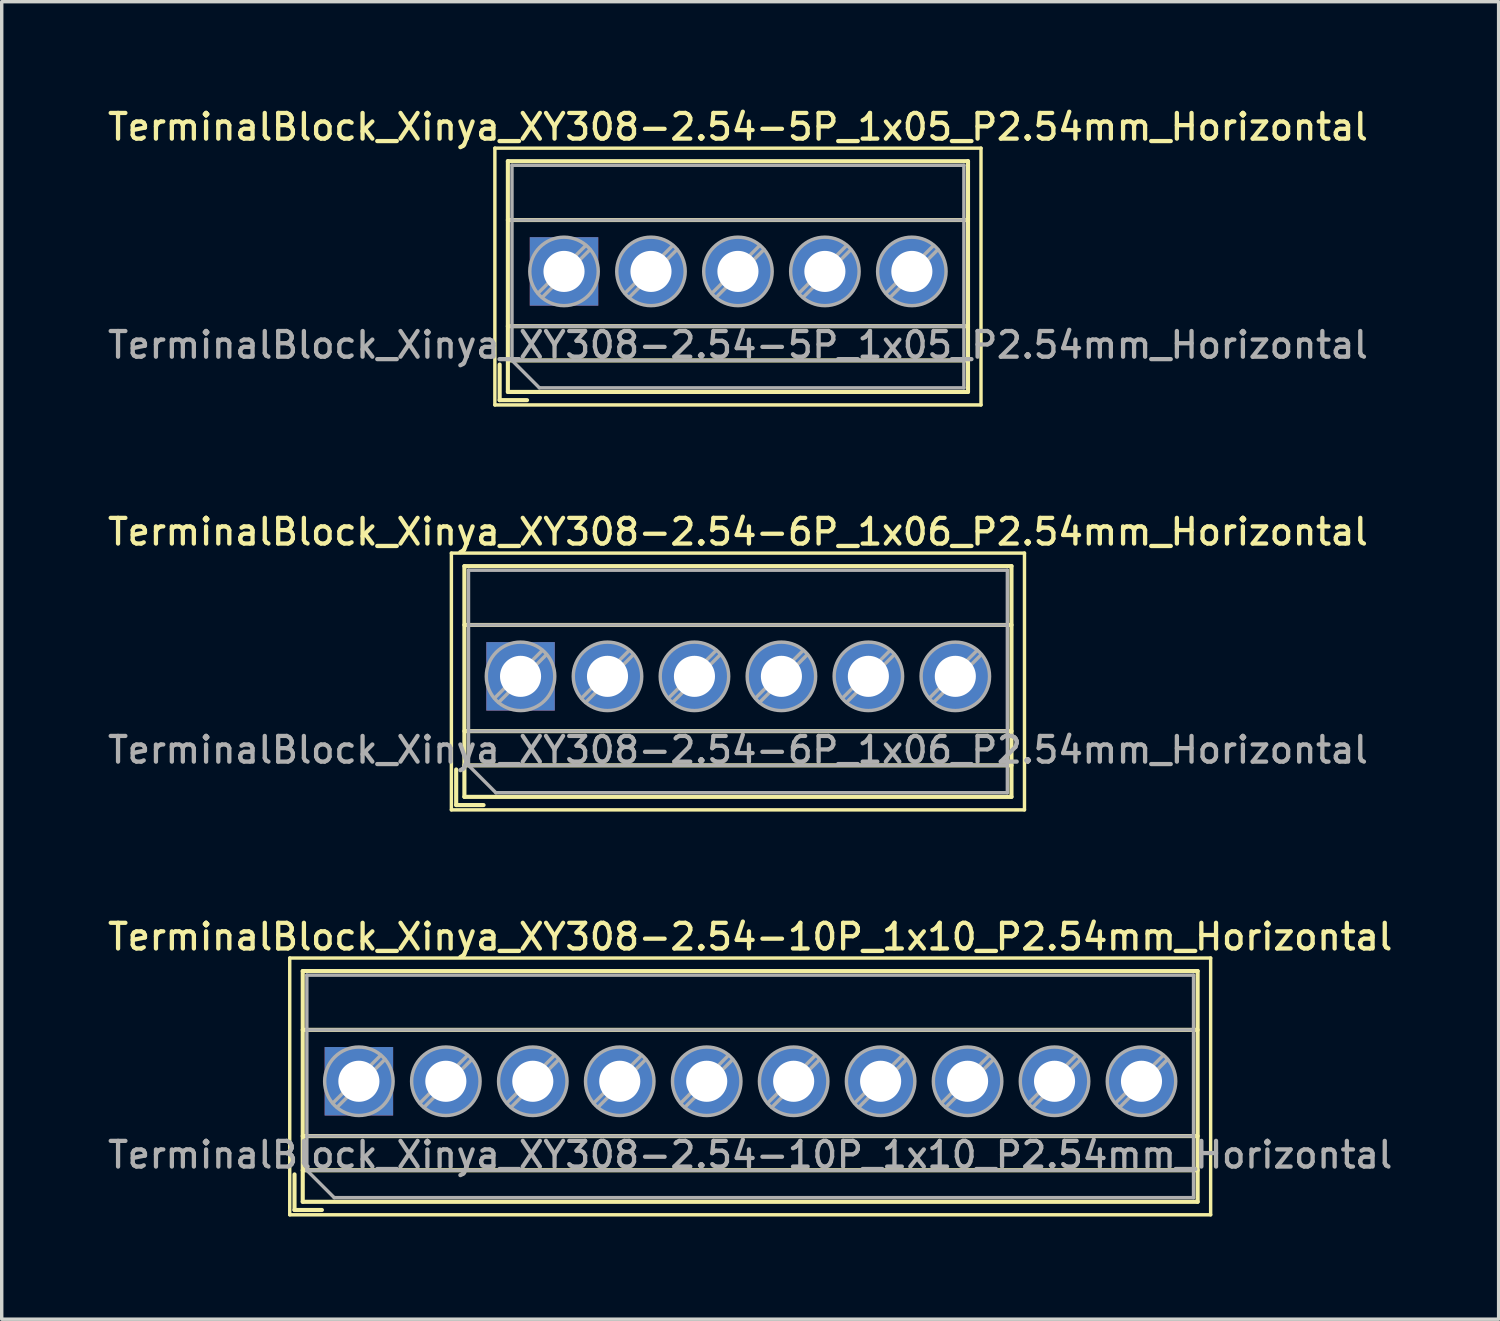
<source format=kicad_pcb>
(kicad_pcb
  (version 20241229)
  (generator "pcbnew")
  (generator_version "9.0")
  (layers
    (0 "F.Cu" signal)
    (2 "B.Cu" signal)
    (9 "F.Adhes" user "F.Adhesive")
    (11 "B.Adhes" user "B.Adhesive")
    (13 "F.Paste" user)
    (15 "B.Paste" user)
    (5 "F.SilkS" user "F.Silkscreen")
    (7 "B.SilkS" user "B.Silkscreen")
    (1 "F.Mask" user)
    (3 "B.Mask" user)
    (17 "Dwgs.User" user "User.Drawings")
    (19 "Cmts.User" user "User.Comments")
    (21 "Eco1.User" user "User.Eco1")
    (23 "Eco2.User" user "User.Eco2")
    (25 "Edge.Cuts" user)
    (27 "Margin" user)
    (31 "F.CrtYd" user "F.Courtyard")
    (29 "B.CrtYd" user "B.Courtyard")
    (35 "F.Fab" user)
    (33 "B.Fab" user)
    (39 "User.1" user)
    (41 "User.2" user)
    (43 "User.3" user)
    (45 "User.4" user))
  (footprint "TerminalBlock_Xinya_XY308-2.54-6P_1x06_P2.54mm_Horizontal"
    (layer "F.Cu")
    (at 12.155 16.706)
    (property "Reference" "TerminalBlock_Xinya_XY308-2.54-6P_1x06_P2.54mm_Horizontal" (at 6.35 -4.22 0) (layer "F.SilkS") (effects (font (size 0.75 0.75) (thickness 0.125))))
    (attr through_hole)
    (fp_line (start -2.02 -3.6) (end -2.02 3.9) (stroke (width 0.1) (type solid)) (layer "F.SilkS"))
    (fp_line (start -2.02 3.9) (end 14.72 3.9) (stroke (width 0.1) (type solid)) (layer "F.SilkS"))
    (fp_line (start -1.88 2.72) (end -1.88 3.76) (stroke (width 0.12) (type solid)) (layer "F.SilkS"))
    (fp_line (start -1.88 3.76) (end -1.08 3.76) (stroke (width 0.12) (type solid)) (layer "F.SilkS"))
    (fp_line (start -1.64 -3.22) (end -1.64 3.52) (stroke (width 0.12) (type solid)) (layer "F.SilkS"))
    (fp_line (start -1.64 -3.22) (end 14.34 -3.22) (stroke (width 0.12) (type solid)) (layer "F.SilkS"))
    (fp_line (start -1.64 -1.501) (end 14.34 -1.501) (stroke (width 0.12) (type solid)) (layer "F.SilkS"))
    (fp_line (start -1.64 1.6) (end 14.34 1.6) (stroke (width 0.12) (type solid)) (layer "F.SilkS"))
    (fp_line (start -1.64 2.6) (end 14.34 2.6) (stroke (width 0.12) (type solid)) (layer "F.SilkS"))
    (fp_line (start -1.64 3.52) (end 14.34 3.52) (stroke (width 0.12) (type solid)) (layer "F.SilkS"))
    (fp_line (start 14.34 -3.22) (end 14.34 3.52) (stroke (width 0.12) (type solid)) (layer "F.SilkS"))
    (fp_line (start 14.72 -3.6) (end -2.02 -3.6) (stroke (width 0.1) (type solid)) (layer "F.SilkS"))
    (fp_line (start 14.72 3.9) (end 14.72 -3.6) (stroke (width 0.1) (type solid)) (layer "F.SilkS"))
    (fp_line (start -1.52 -3.1) (end 14.22 -3.1) (stroke (width 0.1) (type solid)) (layer "F.Fab"))
    (fp_line (start -1.52 -1.5) (end 14.22 -1.5) (stroke (width 0.1) (type solid)) (layer "F.Fab"))
    (fp_line (start -1.52 1.6) (end 14.22 1.6) (stroke (width 0.1) (type solid)) (layer "F.Fab"))
    (fp_line (start -1.52 2.6) (end -1.52 -3.1) (stroke (width 0.1) (type solid)) (layer "F.Fab"))
    (fp_line (start -1.52 2.6) (end 14.22 2.6) (stroke (width 0.1) (type solid)) (layer "F.Fab"))
    (fp_line (start -0.72 3.4) (end -1.52 2.6) (stroke (width 0.1) (type solid)) (layer "F.Fab"))
    (fp_line (start 0.637 -0.759) (end -0.759 0.637) (stroke (width 0.1) (type solid)) (layer "F.Fab"))
    (fp_line (start 0.759 -0.637) (end -0.637 0.759) (stroke (width 0.1) (type solid)) (layer "F.Fab"))
    (fp_line (start 3.177 -0.759) (end 1.782 0.637) (stroke (width 0.1) (type solid)) (layer "F.Fab"))
    (fp_line (start 3.299 -0.637) (end 1.904 0.759) (stroke (width 0.1) (type solid)) (layer "F.Fab"))
    (fp_line (start 5.717 -0.759) (end 4.322 0.637) (stroke (width 0.1) (type solid)) (layer "F.Fab"))
    (fp_line (start 5.839 -0.637) (end 4.444 0.759) (stroke (width 0.1) (type solid)) (layer "F.Fab"))
    (fp_line (start 8.257 -0.759) (end 6.862 0.637) (stroke (width 0.1) (type solid)) (layer "F.Fab"))
    (fp_line (start 8.379 -0.637) (end 6.984 0.759) (stroke (width 0.1) (type solid)) (layer "F.Fab"))
    (fp_line (start 10.797 -0.759) (end 9.402 0.637) (stroke (width 0.1) (type solid)) (layer "F.Fab"))
    (fp_line (start 10.919 -0.637) (end 9.524 0.759) (stroke (width 0.1) (type solid)) (layer "F.Fab"))
    (fp_line (start 13.337 -0.759) (end 11.942 0.637) (stroke (width 0.1) (type solid)) (layer "F.Fab"))
    (fp_line (start 13.459 -0.637) (end 12.064 0.759) (stroke (width 0.1) (type solid)) (layer "F.Fab"))
    (fp_line (start 14.22 -3.1) (end 14.22 3.4) (stroke (width 0.1) (type solid)) (layer "F.Fab"))
    (fp_line (start 14.22 3.4) (end -0.72 3.4) (stroke (width 0.1) (type solid)) (layer "F.Fab"))
    (fp_circle (center 0 0) (end 1 0) (stroke (width 0.1) (type solid)) (fill no) (layer "F.Fab"))
    (fp_circle (center 2.54 0) (end 3.54 0) (stroke (width 0.1) (type solid)) (fill no) (layer "F.Fab"))
    (fp_circle (center 5.08 0) (end 6.08 0) (stroke (width 0.1) (type solid)) (fill no) (layer "F.Fab"))
    (fp_circle (center 7.62 0) (end 8.62 0) (stroke (width 0.1) (type solid)) (fill no) (layer "F.Fab"))
    (fp_circle (center 10.16 0) (end 11.16 0) (stroke (width 0.1) (type solid)) (fill no) (layer "F.Fab"))
    (fp_circle (center 12.7 0) (end 13.7 0) (stroke (width 0.1) (type solid)) (fill no) (layer "F.Fab"))
    (fp_text user "${REFERENCE}" (at 6.35 2.15 0) (layer "F.Fab") (effects (font (size 0.75 0.75) (thickness 0.125))))
    (pad "1" thru_hole rect (at 0 0) (size 2 2) (drill 1.2) (layers "*.Cu" "*.Mask"))
    (pad "2" thru_hole circle (at 2.54 0) (size 2 2) (drill 1.2) (layers "*.Cu" "*.Mask"))
    (pad "3" thru_hole circle (at 5.08 0) (size 2 2) (drill 1.2) (layers "*.Cu" "*.Mask"))
    (pad "4" thru_hole circle (at 7.62 0) (size 2 2) (drill 1.2) (layers "*.Cu" "*.Mask"))
    (pad "5" thru_hole circle (at 10.16 0) (size 2 2) (drill 1.2) (layers "*.Cu" "*.Mask"))
    (pad "6" thru_hole circle (at 12.7 0) (size 2 2) (drill 1.2) (layers "*.Cu" "*.Mask")))
  (footprint "TerminalBlock_Xinya_XY308-2.54-10P_1x10_P2.54mm_Horizontal"
    (layer "F.Cu")
    (at 7.433 28.534)
    (property "Reference" "TerminalBlock_Xinya_XY308-2.54-10P_1x10_P2.54mm_Horizontal" (at 11.43 -4.22 0) (layer "F.SilkS") (effects (font (size 0.75 0.75) (thickness 0.125))))
    (attr through_hole)
    (fp_line (start -2.02 -3.6) (end -2.02 3.9) (stroke (width 0.1) (type solid)) (layer "F.SilkS"))
    (fp_line (start -2.02 3.9) (end 24.88 3.9) (stroke (width 0.1) (type solid)) (layer "F.SilkS"))
    (fp_line (start -1.88 2.72) (end -1.88 3.76) (stroke (width 0.12) (type solid)) (layer "F.SilkS"))
    (fp_line (start -1.88 3.76) (end -1.08 3.76) (stroke (width 0.12) (type solid)) (layer "F.SilkS"))
    (fp_line (start -1.64 -3.22) (end -1.64 3.52) (stroke (width 0.12) (type solid)) (layer "F.SilkS"))
    (fp_line (start -1.64 -3.22) (end 24.5 -3.22) (stroke (width 0.12) (type solid)) (layer "F.SilkS"))
    (fp_line (start -1.64 -1.501) (end 24.5 -1.501) (stroke (width 0.12) (type solid)) (layer "F.SilkS"))
    (fp_line (start -1.64 1.6) (end 24.5 1.6) (stroke (width 0.12) (type solid)) (layer "F.SilkS"))
    (fp_line (start -1.64 2.6) (end 24.5 2.6) (stroke (width 0.12) (type solid)) (layer "F.SilkS"))
    (fp_line (start -1.64 3.52) (end 24.5 3.52) (stroke (width 0.12) (type solid)) (layer "F.SilkS"))
    (fp_line (start 24.5 -3.22) (end 24.5 3.52) (stroke (width 0.12) (type solid)) (layer "F.SilkS"))
    (fp_line (start 24.88 -3.6) (end -2.02 -3.6) (stroke (width 0.1) (type solid)) (layer "F.SilkS"))
    (fp_line (start 24.88 3.9) (end 24.88 -3.6) (stroke (width 0.1) (type solid)) (layer "F.SilkS"))
    (fp_line (start -1.52 -3.1) (end 24.38 -3.1) (stroke (width 0.1) (type solid)) (layer "F.Fab"))
    (fp_line (start -1.52 -1.5) (end 24.38 -1.5) (stroke (width 0.1) (type solid)) (layer "F.Fab"))
    (fp_line (start -1.52 1.6) (end 24.38 1.6) (stroke (width 0.1) (type solid)) (layer "F.Fab"))
    (fp_line (start -1.52 2.6) (end -1.52 -3.1) (stroke (width 0.1) (type solid)) (layer "F.Fab"))
    (fp_line (start -1.52 2.6) (end 24.38 2.6) (stroke (width 0.1) (type solid)) (layer "F.Fab"))
    (fp_line (start -0.72 3.4) (end -1.52 2.6) (stroke (width 0.1) (type solid)) (layer "F.Fab"))
    (fp_line (start 0.637 -0.759) (end -0.759 0.637) (stroke (width 0.1) (type solid)) (layer "F.Fab"))
    (fp_line (start 0.759 -0.637) (end -0.637 0.759) (stroke (width 0.1) (type solid)) (layer "F.Fab"))
    (fp_line (start 3.177 -0.759) (end 1.782 0.637) (stroke (width 0.1) (type solid)) (layer "F.Fab"))
    (fp_line (start 3.299 -0.637) (end 1.904 0.759) (stroke (width 0.1) (type solid)) (layer "F.Fab"))
    (fp_line (start 5.717 -0.759) (end 4.322 0.637) (stroke (width 0.1) (type solid)) (layer "F.Fab"))
    (fp_line (start 5.839 -0.637) (end 4.444 0.759) (stroke (width 0.1) (type solid)) (layer "F.Fab"))
    (fp_line (start 8.257 -0.759) (end 6.862 0.637) (stroke (width 0.1) (type solid)) (layer "F.Fab"))
    (fp_line (start 8.379 -0.637) (end 6.984 0.759) (stroke (width 0.1) (type solid)) (layer "F.Fab"))
    (fp_line (start 10.797 -0.759) (end 9.402 0.637) (stroke (width 0.1) (type solid)) (layer "F.Fab"))
    (fp_line (start 10.919 -0.637) (end 9.524 0.759) (stroke (width 0.1) (type solid)) (layer "F.Fab"))
    (fp_line (start 13.337 -0.759) (end 11.942 0.637) (stroke (width 0.1) (type solid)) (layer "F.Fab"))
    (fp_line (start 13.459 -0.637) (end 12.064 0.759) (stroke (width 0.1) (type solid)) (layer "F.Fab"))
    (fp_line (start 15.877 -0.759) (end 14.482 0.637) (stroke (width 0.1) (type solid)) (layer "F.Fab"))
    (fp_line (start 15.999 -0.637) (end 14.604 0.759) (stroke (width 0.1) (type solid)) (layer "F.Fab"))
    (fp_line (start 18.417 -0.759) (end 17.022 0.637) (stroke (width 0.1) (type solid)) (layer "F.Fab"))
    (fp_line (start 18.539 -0.637) (end 17.144 0.759) (stroke (width 0.1) (type solid)) (layer "F.Fab"))
    (fp_line (start 20.957 -0.759) (end 19.562 0.637) (stroke (width 0.1) (type solid)) (layer "F.Fab"))
    (fp_line (start 21.079 -0.637) (end 19.684 0.759) (stroke (width 0.1) (type solid)) (layer "F.Fab"))
    (fp_line (start 23.497 -0.759) (end 22.102 0.637) (stroke (width 0.1) (type solid)) (layer "F.Fab"))
    (fp_line (start 23.619 -0.637) (end 22.224 0.759) (stroke (width 0.1) (type solid)) (layer "F.Fab"))
    (fp_line (start 24.38 -3.1) (end 24.38 3.4) (stroke (width 0.1) (type solid)) (layer "F.Fab"))
    (fp_line (start 24.38 3.4) (end -0.72 3.4) (stroke (width 0.1) (type solid)) (layer "F.Fab"))
    (fp_circle (center 0 0) (end 1 0) (stroke (width 0.1) (type solid)) (fill no) (layer "F.Fab"))
    (fp_circle (center 2.54 0) (end 3.54 0) (stroke (width 0.1) (type solid)) (fill no) (layer "F.Fab"))
    (fp_circle (center 5.08 0) (end 6.08 0) (stroke (width 0.1) (type solid)) (fill no) (layer "F.Fab"))
    (fp_circle (center 7.62 0) (end 8.62 0) (stroke (width 0.1) (type solid)) (fill no) (layer "F.Fab"))
    (fp_circle (center 10.16 0) (end 11.16 0) (stroke (width 0.1) (type solid)) (fill no) (layer "F.Fab"))
    (fp_circle (center 12.7 0) (end 13.7 0) (stroke (width 0.1) (type solid)) (fill no) (layer "F.Fab"))
    (fp_circle (center 15.24 0) (end 16.24 0) (stroke (width 0.1) (type solid)) (fill no) (layer "F.Fab"))
    (fp_circle (center 17.78 0) (end 18.78 0) (stroke (width 0.1) (type solid)) (fill no) (layer "F.Fab"))
    (fp_circle (center 20.32 0) (end 21.32 0) (stroke (width 0.1) (type solid)) (fill no) (layer "F.Fab"))
    (fp_circle (center 22.86 0) (end 23.86 0) (stroke (width 0.1) (type solid)) (fill no) (layer "F.Fab"))
    (fp_text user "${REFERENCE}" (at 11.43 2.15 0) (layer "F.Fab") (effects (font (size 0.75 0.75) (thickness 0.125))))
    (pad "1" thru_hole rect (at 0 0) (size 2 2) (drill 1.2) (layers "*.Cu" "*.Mask"))
    (pad "2" thru_hole circle (at 2.54 0) (size 2 2) (drill 1.2) (layers "*.Cu" "*.Mask"))
    (pad "3" thru_hole circle (at 5.08 0) (size 2 2) (drill 1.2) (layers "*.Cu" "*.Mask"))
    (pad "4" thru_hole circle (at 7.62 0) (size 2 2) (drill 1.2) (layers "*.Cu" "*.Mask"))
    (pad "5" thru_hole circle (at 10.16 0) (size 2 2) (drill 1.2) (layers "*.Cu" "*.Mask"))
    (pad "6" thru_hole circle (at 12.7 0) (size 2 2) (drill 1.2) (layers "*.Cu" "*.Mask"))
    (pad "7" thru_hole circle (at 15.24 0) (size 2 2) (drill 1.2) (layers "*.Cu" "*.Mask"))
    (pad "8" thru_hole circle (at 17.78 0) (size 2 2) (drill 1.2) (layers "*.Cu" "*.Mask"))
    (pad "9" thru_hole circle (at 20.32 0) (size 2 2) (drill 1.2) (layers "*.Cu" "*.Mask"))
    (pad "10" thru_hole circle (at 22.86 0) (size 2 2) (drill 1.2) (layers "*.Cu" "*.Mask")))
  (footprint "TerminalBlock_Xinya_XY308-2.54-5P_1x05_P2.54mm_Horizontal"
    (layer "F.Cu")
    (at 13.425 4.878)
    (property "Reference" "TerminalBlock_Xinya_XY308-2.54-5P_1x05_P2.54mm_Horizontal" (at 5.08 -4.22 0) (layer "F.SilkS") (effects (font (size 0.75 0.75) (thickness 0.125))))
    (attr through_hole)
    (fp_line (start -2.02 -3.6) (end -2.02 3.9) (stroke (width 0.1) (type solid)) (layer "F.SilkS"))
    (fp_line (start -2.02 3.9) (end 12.18 3.9) (stroke (width 0.1) (type solid)) (layer "F.SilkS"))
    (fp_line (start -1.88 2.72) (end -1.88 3.76) (stroke (width 0.12) (type solid)) (layer "F.SilkS"))
    (fp_line (start -1.88 3.76) (end -1.08 3.76) (stroke (width 0.12) (type solid)) (layer "F.SilkS"))
    (fp_line (start -1.64 -3.22) (end -1.64 3.52) (stroke (width 0.12) (type solid)) (layer "F.SilkS"))
    (fp_line (start -1.64 -3.22) (end 11.8 -3.22) (stroke (width 0.12) (type solid)) (layer "F.SilkS"))
    (fp_line (start -1.64 -1.501) (end 11.8 -1.501) (stroke (width 0.12) (type solid)) (layer "F.SilkS"))
    (fp_line (start -1.64 1.6) (end 11.8 1.6) (stroke (width 0.12) (type solid)) (layer "F.SilkS"))
    (fp_line (start -1.64 2.6) (end 11.8 2.6) (stroke (width 0.12) (type solid)) (layer "F.SilkS"))
    (fp_line (start -1.64 3.52) (end 11.8 3.52) (stroke (width 0.12) (type solid)) (layer "F.SilkS"))
    (fp_line (start 11.8 -3.22) (end 11.8 3.52) (stroke (width 0.12) (type solid)) (layer "F.SilkS"))
    (fp_line (start 12.18 -3.6) (end -2.02 -3.6) (stroke (width 0.1) (type solid)) (layer "F.SilkS"))
    (fp_line (start 12.18 3.9) (end 12.18 -3.6) (stroke (width 0.1) (type solid)) (layer "F.SilkS"))
    (fp_line (start -1.52 -3.1) (end 11.68 -3.1) (stroke (width 0.1) (type solid)) (layer "F.Fab"))
    (fp_line (start -1.52 -1.5) (end 11.68 -1.5) (stroke (width 0.1) (type solid)) (layer "F.Fab"))
    (fp_line (start -1.52 1.6) (end 11.68 1.6) (stroke (width 0.1) (type solid)) (layer "F.Fab"))
    (fp_line (start -1.52 2.6) (end -1.52 -3.1) (stroke (width 0.1) (type solid)) (layer "F.Fab"))
    (fp_line (start -1.52 2.6) (end 11.68 2.6) (stroke (width 0.1) (type solid)) (layer "F.Fab"))
    (fp_line (start -0.72 3.4) (end -1.52 2.6) (stroke (width 0.1) (type solid)) (layer "F.Fab"))
    (fp_line (start 0.637 -0.759) (end -0.759 0.637) (stroke (width 0.1) (type solid)) (layer "F.Fab"))
    (fp_line (start 0.759 -0.637) (end -0.637 0.759) (stroke (width 0.1) (type solid)) (layer "F.Fab"))
    (fp_line (start 3.177 -0.759) (end 1.782 0.637) (stroke (width 0.1) (type solid)) (layer "F.Fab"))
    (fp_line (start 3.299 -0.637) (end 1.904 0.759) (stroke (width 0.1) (type solid)) (layer "F.Fab"))
    (fp_line (start 5.717 -0.759) (end 4.322 0.637) (stroke (width 0.1) (type solid)) (layer "F.Fab"))
    (fp_line (start 5.839 -0.637) (end 4.444 0.759) (stroke (width 0.1) (type solid)) (layer "F.Fab"))
    (fp_line (start 8.257 -0.759) (end 6.862 0.637) (stroke (width 0.1) (type solid)) (layer "F.Fab"))
    (fp_line (start 8.379 -0.637) (end 6.984 0.759) (stroke (width 0.1) (type solid)) (layer "F.Fab"))
    (fp_line (start 10.797 -0.759) (end 9.402 0.637) (stroke (width 0.1) (type solid)) (layer "F.Fab"))
    (fp_line (start 10.919 -0.637) (end 9.524 0.759) (stroke (width 0.1) (type solid)) (layer "F.Fab"))
    (fp_line (start 11.68 -3.1) (end 11.68 3.4) (stroke (width 0.1) (type solid)) (layer "F.Fab"))
    (fp_line (start 11.68 3.4) (end -0.72 3.4) (stroke (width 0.1) (type solid)) (layer "F.Fab"))
    (fp_circle (center 0 0) (end 1 0) (stroke (width 0.1) (type solid)) (fill no) (layer "F.Fab"))
    (fp_circle (center 2.54 0) (end 3.54 0) (stroke (width 0.1) (type solid)) (fill no) (layer "F.Fab"))
    (fp_circle (center 5.08 0) (end 6.08 0) (stroke (width 0.1) (type solid)) (fill no) (layer "F.Fab"))
    (fp_circle (center 7.62 0) (end 8.62 0) (stroke (width 0.1) (type solid)) (fill no) (layer "F.Fab"))
    (fp_circle (center 10.16 0) (end 11.16 0) (stroke (width 0.1) (type solid)) (fill no) (layer "F.Fab"))
    (fp_text user "${REFERENCE}" (at 5.08 2.15 0) (layer "F.Fab") (effects (font (size 0.75 0.75) (thickness 0.125))))
    (pad "1" thru_hole rect (at 0 0) (size 2 2) (drill 1.2) (layers "*.Cu" "*.Mask"))
    (pad "2" thru_hole circle (at 2.54 0) (size 2 2) (drill 1.2) (layers "*.Cu" "*.Mask"))
    (pad "3" thru_hole circle (at 5.08 0) (size 2 2) (drill 1.2) (layers "*.Cu" "*.Mask"))
    (pad "4" thru_hole circle (at 7.62 0) (size 2 2) (drill 1.2) (layers "*.Cu" "*.Mask"))
    (pad "5" thru_hole circle (at 10.16 0) (size 2 2) (drill 1.2) (layers "*.Cu" "*.Mask")))
  (gr_rect
    (start -3 -3)
    (end 40.725 35.484)
    (stroke (width 0.1) (type default))
    (fill no)
    (layer "Edge.Cuts")))
</source>
